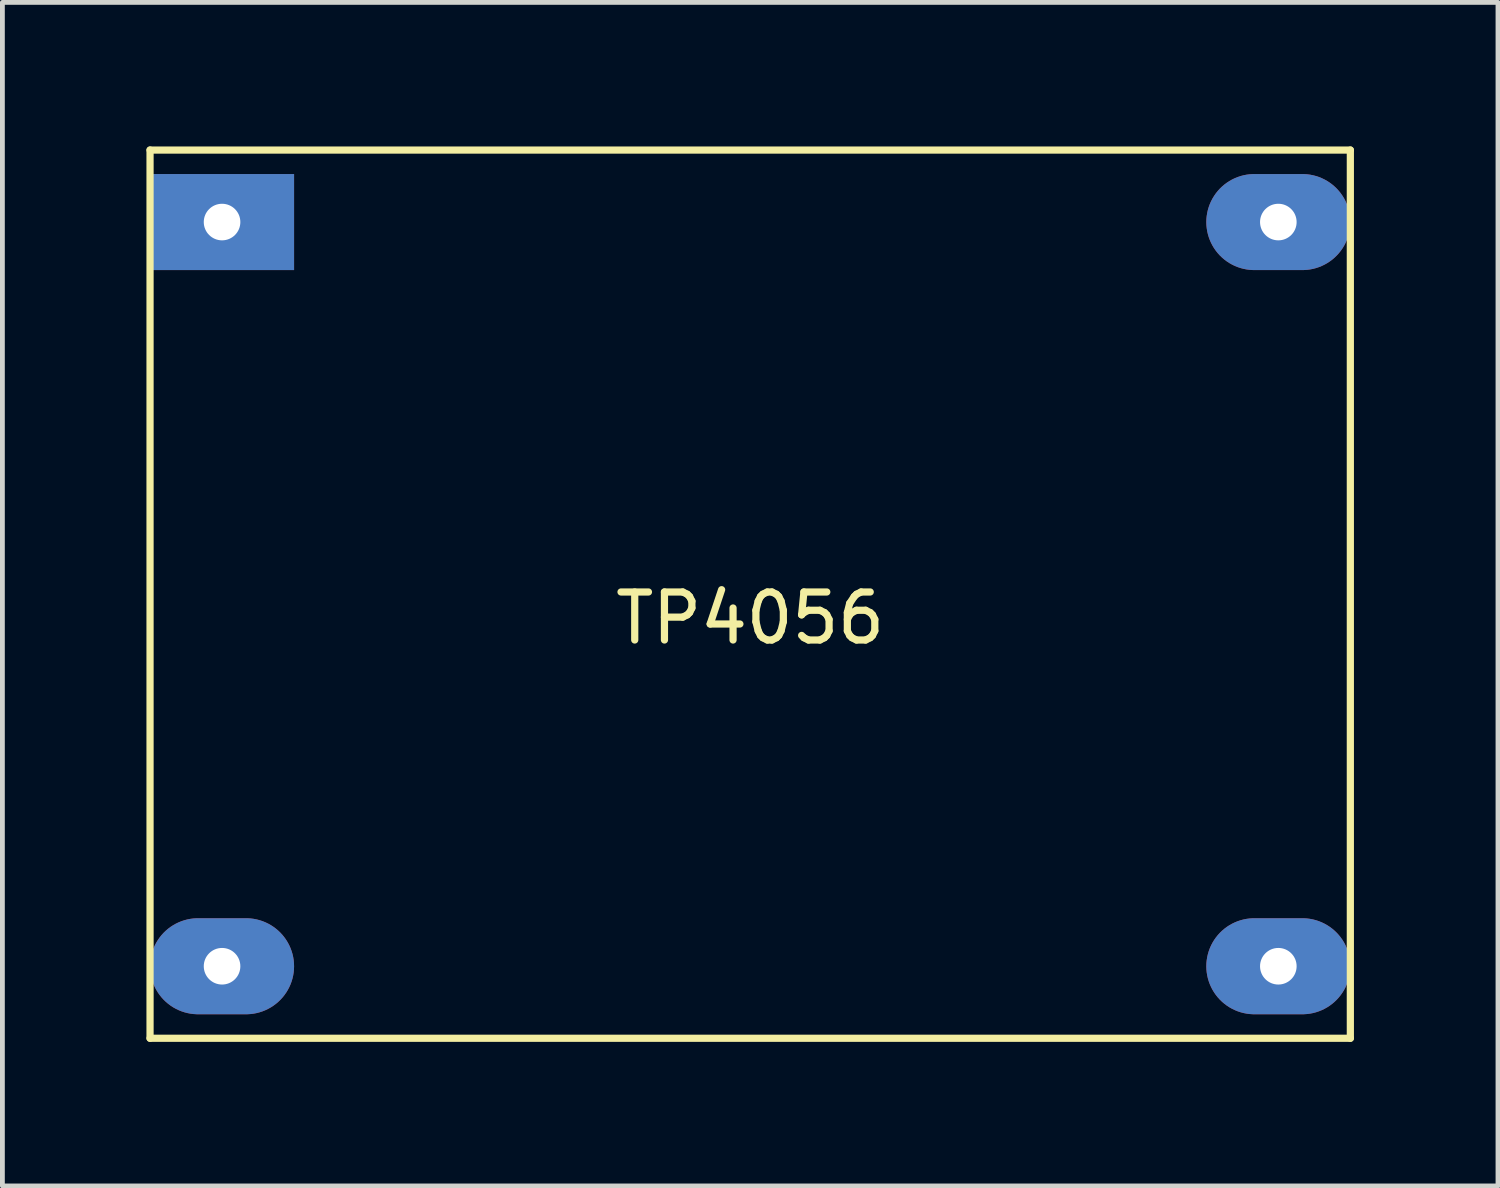
<source format=kicad_pcb>
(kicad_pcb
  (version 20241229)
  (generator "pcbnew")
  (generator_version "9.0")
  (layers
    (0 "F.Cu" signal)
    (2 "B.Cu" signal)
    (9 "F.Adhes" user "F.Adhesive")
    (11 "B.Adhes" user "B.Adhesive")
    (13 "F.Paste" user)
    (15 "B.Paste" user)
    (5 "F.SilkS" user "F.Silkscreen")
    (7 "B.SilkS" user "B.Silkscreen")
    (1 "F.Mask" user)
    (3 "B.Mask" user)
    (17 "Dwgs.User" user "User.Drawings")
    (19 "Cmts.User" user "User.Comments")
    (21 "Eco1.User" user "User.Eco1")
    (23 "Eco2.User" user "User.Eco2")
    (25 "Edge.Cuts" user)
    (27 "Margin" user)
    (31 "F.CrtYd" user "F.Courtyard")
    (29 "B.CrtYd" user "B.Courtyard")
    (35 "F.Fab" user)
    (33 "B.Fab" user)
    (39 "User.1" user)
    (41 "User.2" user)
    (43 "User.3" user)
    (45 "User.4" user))
  (footprint "TP4056"
    (layer "F.Cu")
    (at 12.575 9.325)
    (property "Reference" "TP4056" (at 0 0.5 0) (layer "F.SilkS") (effects (font (size 1 1) (thickness 0.15))))
    (attr through_hole)
    (fp_line (start -12.5 -9.25) (end -12.5 9.25) (stroke (width 0.15) (type solid)) (layer "F.SilkS"))
    (fp_line (start -12.5 9.25) (end 12.5 9.25) (stroke (width 0.15) (type solid)) (layer "F.SilkS"))
    (fp_line (start 12.5 -9.25) (end -12.5 -9.25) (stroke (width 0.15) (type solid)) (layer "F.SilkS"))
    (fp_line (start 12.5 9.25) (end 12.5 -9.25) (stroke (width 0.15) (type solid)) (layer "F.SilkS"))
    (pad "1" thru_hole rect (at -11 -7.75) (size 3 2) (drill 0.762) (layers "*.Cu" "*.Mask"))
    (pad "2" thru_hole oval (at -11 7.75) (size 3 2) (drill 0.762) (layers "*.Cu" "*.Mask"))
    (pad "3" thru_hole oval (at 11 -7.75) (size 3 2) (drill 0.762) (layers "*.Cu" "*.Mask"))
    (pad "4" thru_hole oval (at 11 7.75) (size 3 2) (drill 0.762) (layers "*.Cu" "*.Mask")))
  (gr_rect
    (start -3 -3)
    (end 28.15 21.65)
    (stroke (width 0.1) (type default))
    (fill no)
    (layer "Edge.Cuts")))
</source>
